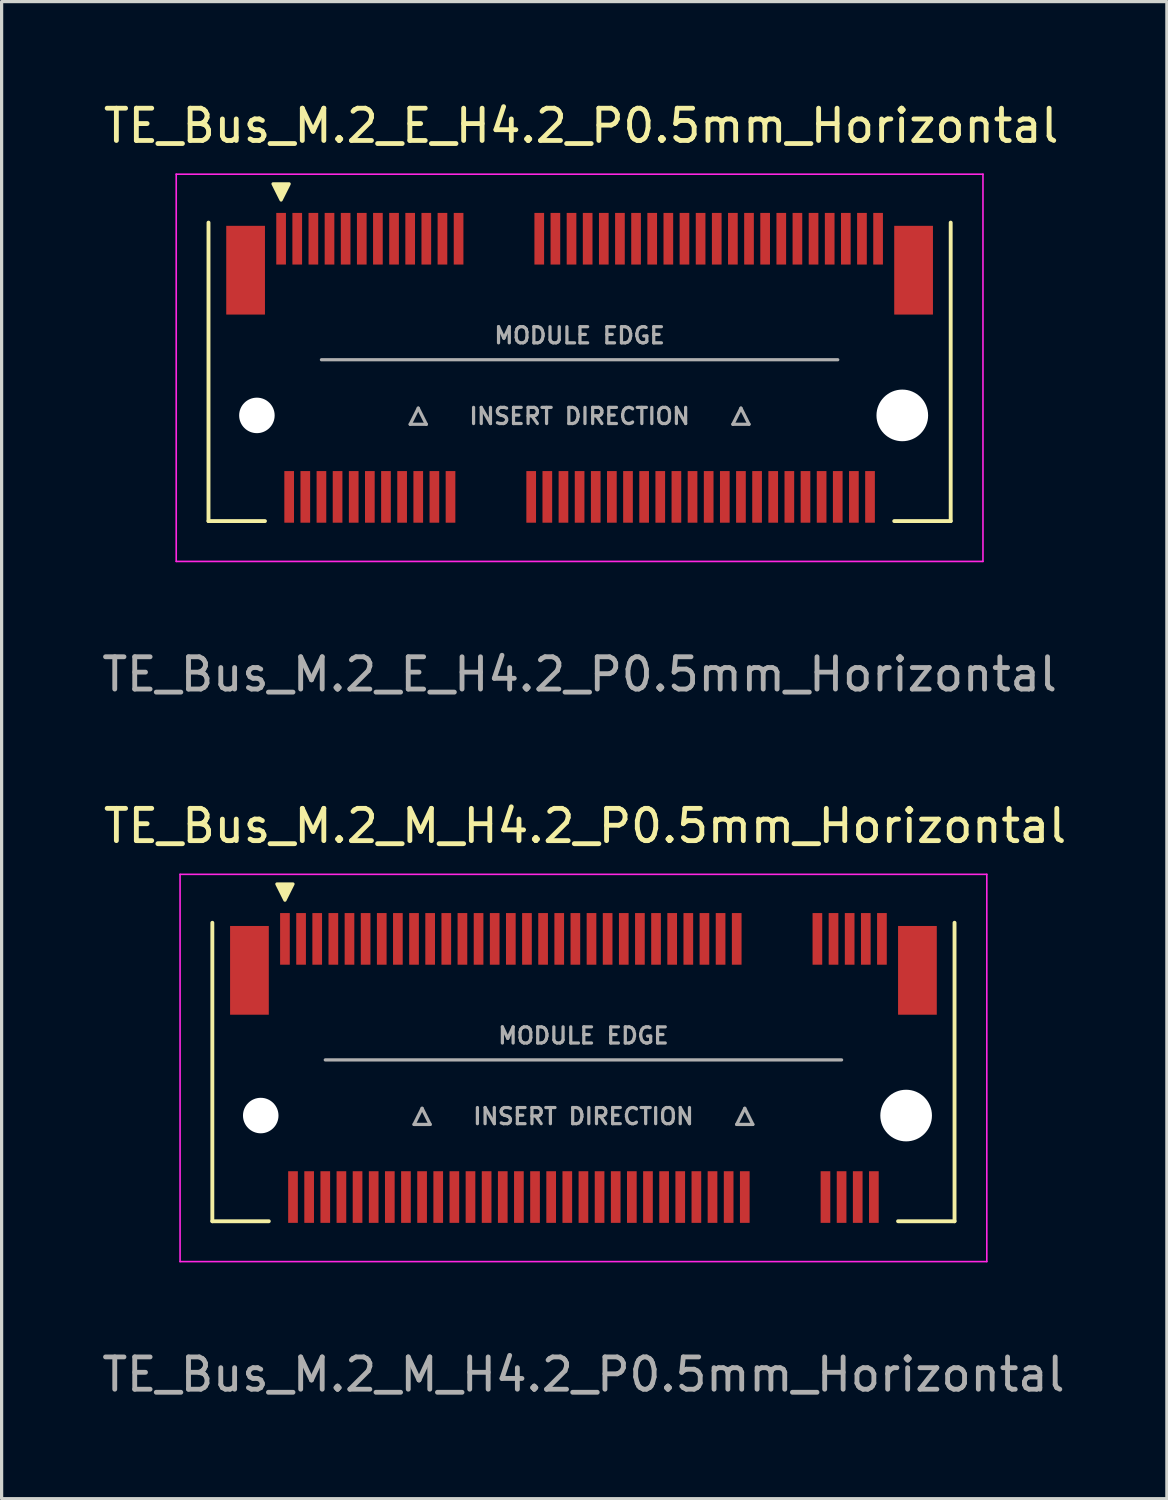
<source format=kicad_pcb>
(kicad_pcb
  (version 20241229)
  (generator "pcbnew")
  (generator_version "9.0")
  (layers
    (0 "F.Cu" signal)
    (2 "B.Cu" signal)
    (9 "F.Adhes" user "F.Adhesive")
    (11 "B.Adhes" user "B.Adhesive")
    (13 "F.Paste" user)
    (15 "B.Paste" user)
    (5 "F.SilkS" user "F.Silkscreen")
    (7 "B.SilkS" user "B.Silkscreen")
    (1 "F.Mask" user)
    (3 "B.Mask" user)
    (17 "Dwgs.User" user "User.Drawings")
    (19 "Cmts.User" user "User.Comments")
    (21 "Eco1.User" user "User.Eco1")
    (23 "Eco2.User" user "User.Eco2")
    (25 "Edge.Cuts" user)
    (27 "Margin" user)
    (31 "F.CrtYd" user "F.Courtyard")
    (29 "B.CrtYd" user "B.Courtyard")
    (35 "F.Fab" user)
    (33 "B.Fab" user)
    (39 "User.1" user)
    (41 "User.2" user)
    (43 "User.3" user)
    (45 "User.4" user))
  (footprint "TE_Bus_M.2_M_H4.2_P0.5mm_Horizontal"
    (layer "F.Cu")
    (at 15.03 30.045)
    (property "Reference" "TE_Bus_M.2_M_H4.2_P0.5mm_Horizontal" (at 0.05 -7.5 0) (layer "F.SilkS") (effects (font (size 1 1) (thickness 0.15))))
    (attr smd)
    (fp_line (start -11.5 4.75) (end -11.5 -4.5) (stroke (width 0.12) (type solid)) (layer "F.SilkS"))
    (fp_line (start -9.75 4.75) (end -11.5 4.75) (stroke (width 0.12) (type solid)) (layer "F.SilkS"))
    (fp_line (start 11.5 4.75) (end 9.75 4.75) (stroke (width 0.12) (type solid)) (layer "F.SilkS"))
    (fp_line (start 11.5 4.75) (end 11.5 -4.5) (stroke (width 0.12) (type solid)) (layer "F.SilkS"))
    (fp_poly (pts (xy -9.25 -5.2) (xy -9.5 -5.7) (xy -9 -5.7)) (stroke (width 0.1) (type solid)) (fill yes) (layer "F.SilkS"))
    (fp_line (start -12.5 -6) (end -12.5 6) (stroke (width 0.05) (type solid)) (layer "F.CrtYd"))
    (fp_line (start -12.5 6) (end 12.5 6) (stroke (width 0.05) (type solid)) (layer "F.CrtYd"))
    (fp_line (start 12.5 -6) (end -12.5 -6) (stroke (width 0.05) (type solid)) (layer "F.CrtYd"))
    (fp_line (start 12.5 6) (end 12.5 -6) (stroke (width 0.05) (type solid)) (layer "F.CrtYd"))
    (fp_line (start -5.25 1.75) (end -4.75 1.75) (stroke (width 0.1) (type solid)) (layer "F.Fab"))
    (fp_line (start -5 1.25) (end -5.25 1.75) (stroke (width 0.1) (type solid)) (layer "F.Fab"))
    (fp_line (start -4.75 1.75) (end -5 1.25) (stroke (width 0.1) (type solid)) (layer "F.Fab"))
    (fp_line (start 4.75 1.75) (end 5.25 1.75) (stroke (width 0.1) (type solid)) (layer "F.Fab"))
    (fp_line (start 5 1.25) (end 4.75 1.75) (stroke (width 0.1) (type solid)) (layer "F.Fab"))
    (fp_line (start 5.25 1.75) (end 5 1.25) (stroke (width 0.1) (type solid)) (layer "F.Fab"))
    (fp_line (start 8 -0.25) (end -8 -0.25) (stroke (width 0.1) (type solid)) (layer "F.Fab"))
    (fp_text user "${REFERENCE}" (at 0 9.5 0) (layer "F.Fab") (effects (font (size 1 1) (thickness 0.15))))
    (fp_text user "MODULE EDGE" (at 0 -1 0) (layer "F.Fab") (effects (font (size 0.5 0.5) (thickness 0.1))))
    (fp_text user "INSERT DIRECTION" (at 0 1.5 0) (layer "F.Fab") (effects (font (size 0.5 0.5) (thickness 0.1))))
    (pad "" smd rect (at -10.35 -3.025) (size 1.2 2.75) (layers "F.Cu" "F.Mask" "F.Paste"))
    (pad "" np_thru_hole circle (at -10 1.475) (size 1.1 1.1) (drill 1.1) (layers "*.Cu" "*.Mask"))
    (pad "" np_thru_hole circle (at 10 1.475) (size 1.6 1.6) (drill 1.6) (layers "*.Cu" "*.Mask"))
    (pad "" smd rect (at 10.35 -3.025) (size 1.2 2.75) (layers "F.Cu" "F.Mask" "F.Paste"))
    (pad "1" smd rect (at -9.25 -4) (size 0.3 1.6) (layers "F.Cu" "F.Mask" "F.Paste"))
    (pad "2" smd rect (at -9 4) (size 0.3 1.6) (layers "F.Cu" "F.Mask" "F.Paste"))
    (pad "3" smd rect (at -8.75 -4) (size 0.3 1.6) (layers "F.Cu" "F.Mask" "F.Paste"))
    (pad "4" smd rect (at -8.5 4) (size 0.3 1.6) (layers "F.Cu" "F.Mask" "F.Paste"))
    (pad "5" smd rect (at -8.25 -4) (size 0.3 1.6) (layers "F.Cu" "F.Mask" "F.Paste"))
    (pad "6" smd rect (at -8 4) (size 0.3 1.6) (layers "F.Cu" "F.Mask" "F.Paste"))
    (pad "7" smd rect (at -7.75 -4) (size 0.3 1.6) (layers "F.Cu" "F.Mask" "F.Paste"))
    (pad "8" smd rect (at -7.5 4) (size 0.3 1.6) (layers "F.Cu" "F.Mask" "F.Paste"))
    (pad "9" smd rect (at -7.25 -4) (size 0.3 1.6) (layers "F.Cu" "F.Mask" "F.Paste"))
    (pad "10" smd rect (at -7 4) (size 0.3 1.6) (layers "F.Cu" "F.Mask" "F.Paste"))
    (pad "11" smd rect (at -6.75 -4) (size 0.3 1.6) (layers "F.Cu" "F.Mask" "F.Paste"))
    (pad "12" smd rect (at -6.5 4) (size 0.3 1.6) (layers "F.Cu" "F.Mask" "F.Paste"))
    (pad "13" smd rect (at -6.25 -4) (size 0.3 1.6) (layers "F.Cu" "F.Mask" "F.Paste"))
    (pad "14" smd rect (at -6 4) (size 0.3 1.6) (layers "F.Cu" "F.Mask" "F.Paste"))
    (pad "15" smd rect (at -5.75 -4) (size 0.3 1.6) (layers "F.Cu" "F.Mask" "F.Paste"))
    (pad "16" smd rect (at -5.5 4) (size 0.3 1.6) (layers "F.Cu" "F.Mask" "F.Paste"))
    (pad "17" smd rect (at -5.25 -4) (size 0.3 1.6) (layers "F.Cu" "F.Mask" "F.Paste"))
    (pad "18" smd rect (at -5 4) (size 0.3 1.6) (layers "F.Cu" "F.Mask" "F.Paste"))
    (pad "19" smd rect (at -4.75 -4) (size 0.3 1.6) (layers "F.Cu" "F.Mask" "F.Paste"))
    (pad "20" smd rect (at -4.5 4) (size 0.3 1.6) (layers "F.Cu" "F.Mask" "F.Paste"))
    (pad "21" smd rect (at -4.25 -4) (size 0.3 1.6) (layers "F.Cu" "F.Mask" "F.Paste"))
    (pad "22" smd rect (at -4 4) (size 0.3 1.6) (layers "F.Cu" "F.Mask" "F.Paste"))
    (pad "23" smd rect (at -3.75 -4) (size 0.3 1.6) (layers "F.Cu" "F.Mask" "F.Paste"))
    (pad "24" smd rect (at -3.5 4) (size 0.3 1.6) (layers "F.Cu" "F.Mask" "F.Paste"))
    (pad "25" smd rect (at -3.25 -4) (size 0.3 1.6) (layers "F.Cu" "F.Mask" "F.Paste"))
    (pad "26" smd rect (at -3 4) (size 0.3 1.6) (layers "F.Cu" "F.Mask" "F.Paste"))
    (pad "27" smd rect (at -2.75 -4) (size 0.3 1.6) (layers "F.Cu" "F.Mask" "F.Paste"))
    (pad "28" smd rect (at -2.5 4) (size 0.3 1.6) (layers "F.Cu" "F.Mask" "F.Paste"))
    (pad "29" smd rect (at -2.25 -4) (size 0.3 1.6) (layers "F.Cu" "F.Mask" "F.Paste"))
    (pad "30" smd rect (at -2 4) (size 0.3 1.6) (layers "F.Cu" "F.Mask" "F.Paste"))
    (pad "31" smd rect (at -1.75 -4) (size 0.3 1.6) (layers "F.Cu" "F.Mask" "F.Paste"))
    (pad "32" smd rect (at -1.5 4) (size 0.3 1.6) (layers "F.Cu" "F.Mask" "F.Paste"))
    (pad "33" smd rect (at -1.25 -4) (size 0.3 1.6) (layers "F.Cu" "F.Mask" "F.Paste"))
    (pad "34" smd rect (at -1 4) (size 0.3 1.6) (layers "F.Cu" "F.Mask" "F.Paste"))
    (pad "35" smd rect (at -0.75 -4) (size 0.3 1.6) (layers "F.Cu" "F.Mask" "F.Paste"))
    (pad "36" smd rect (at -0.5 4) (size 0.3 1.6) (layers "F.Cu" "F.Mask" "F.Paste"))
    (pad "37" smd rect (at -0.25 -4) (size 0.3 1.6) (layers "F.Cu" "F.Mask" "F.Paste"))
    (pad "38" smd rect (at 0 4) (size 0.3 1.6) (layers "F.Cu" "F.Mask" "F.Paste"))
    (pad "39" smd rect (at 0.25 -4) (size 0.3 1.6) (layers "F.Cu" "F.Mask" "F.Paste"))
    (pad "40" smd rect (at 0.5 4) (size 0.3 1.6) (layers "F.Cu" "F.Mask" "F.Paste"))
    (pad "41" smd rect (at 0.75 -4) (size 0.3 1.6) (layers "F.Cu" "F.Mask" "F.Paste"))
    (pad "42" smd rect (at 1 4) (size 0.3 1.6) (layers "F.Cu" "F.Mask" "F.Paste"))
    (pad "43" smd rect (at 1.25 -4) (size 0.3 1.6) (layers "F.Cu" "F.Mask" "F.Paste"))
    (pad "44" smd rect (at 1.5 4) (size 0.3 1.6) (layers "F.Cu" "F.Mask" "F.Paste"))
    (pad "45" smd rect (at 1.75 -4) (size 0.3 1.6) (layers "F.Cu" "F.Mask" "F.Paste"))
    (pad "46" smd rect (at 2 4) (size 0.3 1.6) (layers "F.Cu" "F.Mask" "F.Paste"))
    (pad "47" smd rect (at 2.25 -4) (size 0.3 1.6) (layers "F.Cu" "F.Mask" "F.Paste"))
    (pad "48" smd rect (at 2.5 4) (size 0.3 1.6) (layers "F.Cu" "F.Mask" "F.Paste"))
    (pad "49" smd rect (at 2.75 -4) (size 0.3 1.6) (layers "F.Cu" "F.Mask" "F.Paste"))
    (pad "50" smd rect (at 3 4) (size 0.3 1.6) (layers "F.Cu" "F.Mask" "F.Paste"))
    (pad "51" smd rect (at 3.25 -4) (size 0.3 1.6) (layers "F.Cu" "F.Mask" "F.Paste"))
    (pad "52" smd rect (at 3.5 4) (size 0.3 1.6) (layers "F.Cu" "F.Mask" "F.Paste"))
    (pad "53" smd rect (at 3.75 -4) (size 0.3 1.6) (layers "F.Cu" "F.Mask" "F.Paste"))
    (pad "54" smd rect (at 4 4) (size 0.3 1.6) (layers "F.Cu" "F.Mask" "F.Paste"))
    (pad "55" smd rect (at 4.25 -4) (size 0.3 1.6) (layers "F.Cu" "F.Mask" "F.Paste"))
    (pad "56" smd rect (at 4.5 4) (size 0.3 1.6) (layers "F.Cu" "F.Mask" "F.Paste"))
    (pad "57" smd rect (at 4.75 -4) (size 0.3 1.6) (layers "F.Cu" "F.Mask" "F.Paste"))
    (pad "58" smd rect (at 5 4) (size 0.3 1.6) (layers "F.Cu" "F.Mask" "F.Paste"))
    (pad "67" smd rect (at 7.25 -4) (size 0.3 1.6) (layers "F.Cu" "F.Mask" "F.Paste"))
    (pad "68" smd rect (at 7.5 4) (size 0.3 1.6) (layers "F.Cu" "F.Mask" "F.Paste"))
    (pad "69" smd rect (at 7.75 -4) (size 0.3 1.6) (layers "F.Cu" "F.Mask" "F.Paste"))
    (pad "70" smd rect (at 8 4) (size 0.3 1.6) (layers "F.Cu" "F.Mask" "F.Paste"))
    (pad "71" smd rect (at 8.25 -4) (size 0.3 1.6) (layers "F.Cu" "F.Mask" "F.Paste"))
    (pad "72" smd rect (at 8.5 4) (size 0.3 1.6) (layers "F.Cu" "F.Mask" "F.Paste"))
    (pad "73" smd rect (at 8.75 -4) (size 0.3 1.6) (layers "F.Cu" "F.Mask" "F.Paste"))
    (pad "74" smd rect (at 9 4) (size 0.3 1.6) (layers "F.Cu" "F.Mask" "F.Paste"))
    (pad "75" smd rect (at 9.25 -4) (size 0.3 1.6) (layers "F.Cu" "F.Mask" "F.Paste")))
  (footprint "TE_Bus_M.2_E_H4.2_P0.5mm_Horizontal"
    (layer "F.Cu")
    (at 14.911 8.348)
    (property "Reference" "TE_Bus_M.2_E_H4.2_P0.5mm_Horizontal" (at 0.05 -7.5 0) (layer "F.SilkS") (effects (font (size 1 1) (thickness 0.15))))
    (attr smd)
    (fp_line (start -11.5 4.75) (end -11.5 -4.5) (stroke (width 0.12) (type solid)) (layer "F.SilkS"))
    (fp_line (start -9.75 4.75) (end -11.5 4.75) (stroke (width 0.12) (type solid)) (layer "F.SilkS"))
    (fp_line (start 11.5 4.75) (end 9.75 4.75) (stroke (width 0.12) (type solid)) (layer "F.SilkS"))
    (fp_line (start 11.5 4.75) (end 11.5 -4.5) (stroke (width 0.12) (type solid)) (layer "F.SilkS"))
    (fp_poly (pts (xy -9.25 -5.2) (xy -9.5 -5.7) (xy -9 -5.7)) (stroke (width 0.1) (type solid)) (fill yes) (layer "F.SilkS"))
    (fp_line (start -12.5 -6) (end -12.5 6) (stroke (width 0.05) (type solid)) (layer "F.CrtYd"))
    (fp_line (start -12.5 6) (end 12.5 6) (stroke (width 0.05) (type solid)) (layer "F.CrtYd"))
    (fp_line (start 12.5 -6) (end -12.5 -6) (stroke (width 0.05) (type solid)) (layer "F.CrtYd"))
    (fp_line (start 12.5 6) (end 12.5 -6) (stroke (width 0.05) (type solid)) (layer "F.CrtYd"))
    (fp_line (start -5.25 1.75) (end -4.75 1.75) (stroke (width 0.1) (type solid)) (layer "F.Fab"))
    (fp_line (start -5 1.25) (end -5.25 1.75) (stroke (width 0.1) (type solid)) (layer "F.Fab"))
    (fp_line (start -4.75 1.75) (end -5 1.25) (stroke (width 0.1) (type solid)) (layer "F.Fab"))
    (fp_line (start 4.75 1.75) (end 5.25 1.75) (stroke (width 0.1) (type solid)) (layer "F.Fab"))
    (fp_line (start 5 1.25) (end 4.75 1.75) (stroke (width 0.1) (type solid)) (layer "F.Fab"))
    (fp_line (start 5.25 1.75) (end 5 1.25) (stroke (width 0.1) (type solid)) (layer "F.Fab"))
    (fp_line (start 8 -0.25) (end -8 -0.25) (stroke (width 0.1) (type solid)) (layer "F.Fab"))
    (fp_text user "${REFERENCE}" (at 0 9.5 0) (layer "F.Fab") (effects (font (size 1 1) (thickness 0.15))))
    (fp_text user "MODULE EDGE" (at 0 -1 0) (layer "F.Fab") (effects (font (size 0.5 0.5) (thickness 0.1))))
    (fp_text user "INSERT DIRECTION" (at 0 1.5 0) (layer "F.Fab") (effects (font (size 0.5 0.5) (thickness 0.1))))
    (pad "" smd rect (at -10.35 -3.025) (size 1.2 2.75) (layers "F.Cu" "F.Mask" "F.Paste"))
    (pad "" np_thru_hole circle (at -10 1.475) (size 1.1 1.1) (drill 1.1) (layers "*.Cu" "*.Mask"))
    (pad "" np_thru_hole circle (at 10 1.475) (size 1.6 1.6) (drill 1.6) (layers "*.Cu" "*.Mask"))
    (pad "" smd rect (at 10.35 -3.025) (size 1.2 2.75) (layers "F.Cu" "F.Mask" "F.Paste"))
    (pad "1" smd rect (at -9.25 -4) (size 0.3 1.6) (layers "F.Cu" "F.Mask" "F.Paste"))
    (pad "2" smd rect (at -9 4) (size 0.3 1.6) (layers "F.Cu" "F.Mask" "F.Paste"))
    (pad "3" smd rect (at -8.75 -4) (size 0.3 1.6) (layers "F.Cu" "F.Mask" "F.Paste"))
    (pad "4" smd rect (at -8.5 4) (size 0.3 1.6) (layers "F.Cu" "F.Mask" "F.Paste"))
    (pad "5" smd rect (at -8.25 -4) (size 0.3 1.6) (layers "F.Cu" "F.Mask" "F.Paste"))
    (pad "6" smd rect (at -8 4) (size 0.3 1.6) (layers "F.Cu" "F.Mask" "F.Paste"))
    (pad "7" smd rect (at -7.75 -4) (size 0.3 1.6) (layers "F.Cu" "F.Mask" "F.Paste"))
    (pad "8" smd rect (at -7.5 4) (size 0.3 1.6) (layers "F.Cu" "F.Mask" "F.Paste"))
    (pad "9" smd rect (at -7.25 -4) (size 0.3 1.6) (layers "F.Cu" "F.Mask" "F.Paste"))
    (pad "10" smd rect (at -7 4) (size 0.3 1.6) (layers "F.Cu" "F.Mask" "F.Paste"))
    (pad "11" smd rect (at -6.75 -4) (size 0.3 1.6) (layers "F.Cu" "F.Mask" "F.Paste"))
    (pad "12" smd rect (at -6.5 4) (size 0.3 1.6) (layers "F.Cu" "F.Mask" "F.Paste"))
    (pad "13" smd rect (at -6.25 -4) (size 0.3 1.6) (layers "F.Cu" "F.Mask" "F.Paste"))
    (pad "14" smd rect (at -6 4) (size 0.3 1.6) (layers "F.Cu" "F.Mask" "F.Paste"))
    (pad "15" smd rect (at -5.75 -4) (size 0.3 1.6) (layers "F.Cu" "F.Mask" "F.Paste"))
    (pad "16" smd rect (at -5.5 4) (size 0.3 1.6) (layers "F.Cu" "F.Mask" "F.Paste"))
    (pad "17" smd rect (at -5.25 -4) (size 0.3 1.6) (layers "F.Cu" "F.Mask" "F.Paste"))
    (pad "18" smd rect (at -5 4) (size 0.3 1.6) (layers "F.Cu" "F.Mask" "F.Paste"))
    (pad "19" smd rect (at -4.75 -4) (size 0.3 1.6) (layers "F.Cu" "F.Mask" "F.Paste"))
    (pad "20" smd rect (at -4.5 4) (size 0.3 1.6) (layers "F.Cu" "F.Mask" "F.Paste"))
    (pad "21" smd rect (at -4.25 -4) (size 0.3 1.6) (layers "F.Cu" "F.Mask" "F.Paste"))
    (pad "22" smd rect (at -4 4) (size 0.3 1.6) (layers "F.Cu" "F.Mask" "F.Paste"))
    (pad "23" smd rect (at -3.75 -4) (size 0.3 1.6) (layers "F.Cu" "F.Mask" "F.Paste"))
    (pad "32" smd rect (at -1.5 4) (size 0.3 1.6) (layers "F.Cu" "F.Mask" "F.Paste"))
    (pad "33" smd rect (at -1.25 -4) (size 0.3 1.6) (layers "F.Cu" "F.Mask" "F.Paste"))
    (pad "34" smd rect (at -1 4) (size 0.3 1.6) (layers "F.Cu" "F.Mask" "F.Paste"))
    (pad "35" smd rect (at -0.75 -4) (size 0.3 1.6) (layers "F.Cu" "F.Mask" "F.Paste"))
    (pad "36" smd rect (at -0.5 4) (size 0.3 1.6) (layers "F.Cu" "F.Mask" "F.Paste"))
    (pad "37" smd rect (at -0.25 -4) (size 0.3 1.6) (layers "F.Cu" "F.Mask" "F.Paste"))
    (pad "38" smd rect (at 0 4) (size 0.3 1.6) (layers "F.Cu" "F.Mask" "F.Paste"))
    (pad "39" smd rect (at 0.25 -4) (size 0.3 1.6) (layers "F.Cu" "F.Mask" "F.Paste"))
    (pad "40" smd rect (at 0.5 4) (size 0.3 1.6) (layers "F.Cu" "F.Mask" "F.Paste"))
    (pad "41" smd rect (at 0.75 -4) (size 0.3 1.6) (layers "F.Cu" "F.Mask" "F.Paste"))
    (pad "42" smd rect (at 1 4) (size 0.3 1.6) (layers "F.Cu" "F.Mask" "F.Paste"))
    (pad "43" smd rect (at 1.25 -4) (size 0.3 1.6) (layers "F.Cu" "F.Mask" "F.Paste"))
    (pad "44" smd rect (at 1.5 4) (size 0.3 1.6) (layers "F.Cu" "F.Mask" "F.Paste"))
    (pad "45" smd rect (at 1.75 -4) (size 0.3 1.6) (layers "F.Cu" "F.Mask" "F.Paste"))
    (pad "46" smd rect (at 2 4) (size 0.3 1.6) (layers "F.Cu" "F.Mask" "F.Paste"))
    (pad "47" smd rect (at 2.25 -4) (size 0.3 1.6) (layers "F.Cu" "F.Mask" "F.Paste"))
    (pad "48" smd rect (at 2.5 4) (size 0.3 1.6) (layers "F.Cu" "F.Mask" "F.Paste"))
    (pad "49" smd rect (at 2.75 -4) (size 0.3 1.6) (layers "F.Cu" "F.Mask" "F.Paste"))
    (pad "50" smd rect (at 3 4) (size 0.3 1.6) (layers "F.Cu" "F.Mask" "F.Paste"))
    (pad "51" smd rect (at 3.25 -4) (size 0.3 1.6) (layers "F.Cu" "F.Mask" "F.Paste"))
    (pad "52" smd rect (at 3.5 4) (size 0.3 1.6) (layers "F.Cu" "F.Mask" "F.Paste"))
    (pad "53" smd rect (at 3.75 -4) (size 0.3 1.6) (layers "F.Cu" "F.Mask" "F.Paste"))
    (pad "54" smd rect (at 4 4) (size 0.3 1.6) (layers "F.Cu" "F.Mask" "F.Paste"))
    (pad "55" smd rect (at 4.25 -4) (size 0.3 1.6) (layers "F.Cu" "F.Mask" "F.Paste"))
    (pad "56" smd rect (at 4.5 4) (size 0.3 1.6) (layers "F.Cu" "F.Mask" "F.Paste"))
    (pad "57" smd rect (at 4.75 -4) (size 0.3 1.6) (layers "F.Cu" "F.Mask" "F.Paste"))
    (pad "58" smd rect (at 5 4) (size 0.3 1.6) (layers "F.Cu" "F.Mask" "F.Paste"))
    (pad "59" smd rect (at 5.25 -4) (size 0.3 1.6) (layers "F.Cu" "F.Mask" "F.Paste"))
    (pad "60" smd rect (at 5.5 4) (size 0.3 1.6) (layers "F.Cu" "F.Mask" "F.Paste"))
    (pad "61" smd rect (at 5.75 -4) (size 0.3 1.6) (layers "F.Cu" "F.Mask" "F.Paste"))
    (pad "62" smd rect (at 6 4) (size 0.3 1.6) (layers "F.Cu" "F.Mask" "F.Paste"))
    (pad "63" smd rect (at 6.25 -4) (size 0.3 1.6) (layers "F.Cu" "F.Mask" "F.Paste"))
    (pad "64" smd rect (at 6.5 4) (size 0.3 1.6) (layers "F.Cu" "F.Mask" "F.Paste"))
    (pad "65" smd rect (at 6.75 -4) (size 0.3 1.6) (layers "F.Cu" "F.Mask" "F.Paste"))
    (pad "66" smd rect (at 7 4) (size 0.3 1.6) (layers "F.Cu" "F.Mask" "F.Paste"))
    (pad "67" smd rect (at 7.25 -4) (size 0.3 1.6) (layers "F.Cu" "F.Mask" "F.Paste"))
    (pad "68" smd rect (at 7.5 4) (size 0.3 1.6) (layers "F.Cu" "F.Mask" "F.Paste"))
    (pad "69" smd rect (at 7.75 -4) (size 0.3 1.6) (layers "F.Cu" "F.Mask" "F.Paste"))
    (pad "70" smd rect (at 8 4) (size 0.3 1.6) (layers "F.Cu" "F.Mask" "F.Paste"))
    (pad "71" smd rect (at 8.25 -4) (size 0.3 1.6) (layers "F.Cu" "F.Mask" "F.Paste"))
    (pad "72" smd rect (at 8.5 4) (size 0.3 1.6) (layers "F.Cu" "F.Mask" "F.Paste"))
    (pad "73" smd rect (at 8.75 -4) (size 0.3 1.6) (layers "F.Cu" "F.Mask" "F.Paste"))
    (pad "74" smd rect (at 9 4) (size 0.3 1.6) (layers "F.Cu" "F.Mask" "F.Paste"))
    (pad "75" smd rect (at 9.25 -4) (size 0.3 1.6) (layers "F.Cu" "F.Mask" "F.Paste")))
  (gr_rect
    (start -3 -3)
    (end 33.11 43.393)
    (stroke (width 0.1) (type default))
    (fill no)
    (layer "Edge.Cuts")))
</source>
